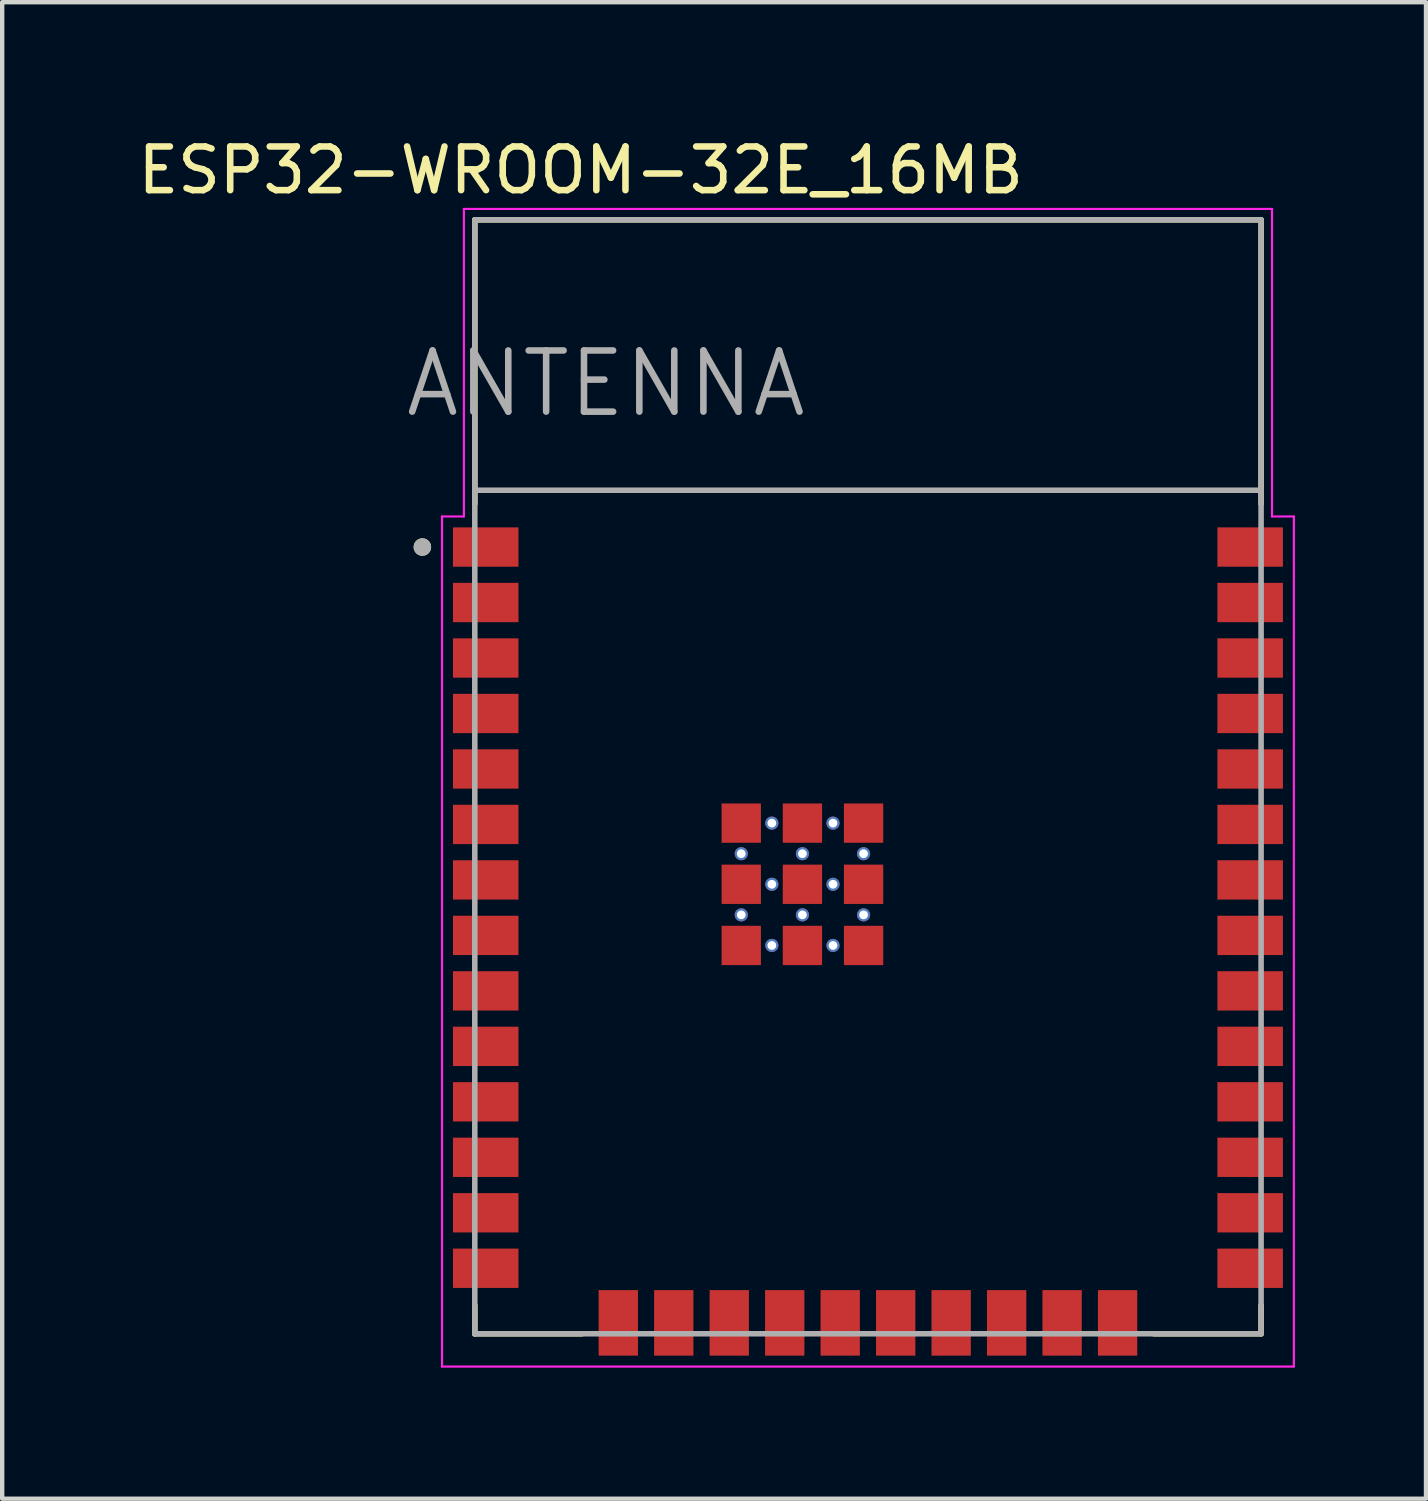
<source format=kicad_pcb>
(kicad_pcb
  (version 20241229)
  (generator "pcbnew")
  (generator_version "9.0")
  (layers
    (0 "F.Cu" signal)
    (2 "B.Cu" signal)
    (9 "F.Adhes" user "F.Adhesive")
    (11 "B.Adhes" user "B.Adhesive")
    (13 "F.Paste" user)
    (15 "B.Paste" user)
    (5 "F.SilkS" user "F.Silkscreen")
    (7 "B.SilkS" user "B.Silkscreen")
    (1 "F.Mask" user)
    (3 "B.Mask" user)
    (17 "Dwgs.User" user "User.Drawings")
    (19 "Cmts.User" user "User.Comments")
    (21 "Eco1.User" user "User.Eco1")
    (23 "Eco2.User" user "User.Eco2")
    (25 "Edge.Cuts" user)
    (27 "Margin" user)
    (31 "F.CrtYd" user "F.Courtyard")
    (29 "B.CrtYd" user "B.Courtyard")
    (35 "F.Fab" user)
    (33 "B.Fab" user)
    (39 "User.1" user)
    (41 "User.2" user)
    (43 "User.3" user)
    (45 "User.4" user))
  (footprint "ESP32-WROOM-32E_16MB"
    (layer "F.Cu")
    (at 16.819 14.733)
    (property "Reference" "ESP32-WROOM-32E_16MB" (at -6.575 -13.885 0) (layer "F.SilkS") (effects (font (size 1 1) (thickness 0.15))))
    (attr smd)
    (fp_line (start -9 -12.75) (end 9 -12.75) (stroke (width 0.127) (type solid)) (layer "F.SilkS"))
    (fp_line (start -9 -6.25) (end -9 -12.75) (stroke (width 0.127) (type solid)) (layer "F.SilkS"))
    (fp_line (start -9 12.1) (end -9 12.75) (stroke (width 0.127) (type solid)) (layer "F.SilkS"))
    (fp_line (start -9 12.75) (end -6.55 12.75) (stroke (width 0.127) (type solid)) (layer "F.SilkS"))
    (fp_line (start 6.55 12.75) (end 9 12.75) (stroke (width 0.127) (type solid)) (layer "F.SilkS"))
    (fp_line (start 9 -12.75) (end 9 -6.25) (stroke (width 0.127) (type solid)) (layer "F.SilkS"))
    (fp_line (start 9 12.75) (end 9 12.1) (stroke (width 0.127) (type solid)) (layer "F.SilkS"))
    (fp_circle (center -10.2 -5.26) (end -10.1 -5.26) (stroke (width 0.2) (type solid)) (fill no) (layer "F.SilkS"))
    (fp_line (start -9.75 -5.96) (end -9.25 -5.96) (stroke (width 0.05) (type solid)) (layer "F.CrtYd"))
    (fp_line (start -9.75 13.5) (end -9.75 -5.96) (stroke (width 0.05) (type solid)) (layer "F.CrtYd"))
    (fp_line (start -9.25 -13) (end 9.25 -13) (stroke (width 0.05) (type solid)) (layer "F.CrtYd"))
    (fp_line (start -9.25 -5.96) (end -9.25 -13) (stroke (width 0.05) (type solid)) (layer "F.CrtYd"))
    (fp_line (start 9.25 -13) (end 9.25 -5.96) (stroke (width 0.05) (type solid)) (layer "F.CrtYd"))
    (fp_line (start 9.25 -5.96) (end 9.75 -5.96) (stroke (width 0.05) (type solid)) (layer "F.CrtYd"))
    (fp_line (start 9.75 -5.96) (end 9.75 13.5) (stroke (width 0.05) (type solid)) (layer "F.CrtYd"))
    (fp_line (start 9.75 13.5) (end -9.75 13.5) (stroke (width 0.05) (type solid)) (layer "F.CrtYd"))
    (fp_line (start -9 -12.75) (end -9 -6.56) (stroke (width 0.127) (type solid)) (layer "F.Fab"))
    (fp_line (start -9 -12.75) (end 9 -12.75) (stroke (width 0.127) (type solid)) (layer "F.Fab"))
    (fp_line (start -9 -6.56) (end 9 -6.56) (stroke (width 0.127) (type solid)) (layer "F.Fab"))
    (fp_line (start -9 12.75) (end -9 -6.56) (stroke (width 0.127) (type solid)) (layer "F.Fab"))
    (fp_line (start 9 -12.75) (end 9 -6.56) (stroke (width 0.127) (type solid)) (layer "F.Fab"))
    (fp_line (start 9 -6.56) (end 9 12.75) (stroke (width 0.127) (type solid)) (layer "F.Fab"))
    (fp_line (start 9 12.75) (end -9 12.75) (stroke (width 0.127) (type solid)) (layer "F.Fab"))
    (fp_circle (center -10.2 -5.26) (end -10.1 -5.26) (stroke (width 0.2) (type solid)) (fill no) (layer "F.Fab"))
    (fp_text user "ANTENNA" (at -6 -9 0) (layer "F.Fab") (effects (font (size 1.4 1.4) (thickness 0.15))))
    (pad "1" smd rect (at -8.75 -5.26) (size 1.5 0.9) (layers "F.Cu" "F.Mask" "F.Paste"))
    (pad "2" smd rect (at -8.75 -3.99) (size 1.5 0.9) (layers "F.Cu" "F.Mask" "F.Paste"))
    (pad "3" smd rect (at -8.75 -2.72) (size 1.5 0.9) (layers "F.Cu" "F.Mask" "F.Paste"))
    (pad "4" smd rect (at -8.75 -1.45) (size 1.5 0.9) (layers "F.Cu" "F.Mask" "F.Paste"))
    (pad "5" smd rect (at -8.75 -0.18) (size 1.5 0.9) (layers "F.Cu" "F.Mask" "F.Paste"))
    (pad "6" smd rect (at -8.75 1.09) (size 1.5 0.9) (layers "F.Cu" "F.Mask" "F.Paste"))
    (pad "7" smd rect (at -8.75 2.36) (size 1.5 0.9) (layers "F.Cu" "F.Mask" "F.Paste"))
    (pad "8" smd rect (at -8.75 3.63) (size 1.5 0.9) (layers "F.Cu" "F.Mask" "F.Paste"))
    (pad "9" smd rect (at -8.75 4.9) (size 1.5 0.9) (layers "F.Cu" "F.Mask" "F.Paste"))
    (pad "10" smd rect (at -8.75 6.17) (size 1.5 0.9) (layers "F.Cu" "F.Mask" "F.Paste"))
    (pad "11" smd rect (at -8.75 7.44) (size 1.5 0.9) (layers "F.Cu" "F.Mask" "F.Paste"))
    (pad "12" smd rect (at -8.75 8.71) (size 1.5 0.9) (layers "F.Cu" "F.Mask" "F.Paste"))
    (pad "13" smd rect (at -8.75 9.98) (size 1.5 0.9) (layers "F.Cu" "F.Mask" "F.Paste"))
    (pad "14" smd rect (at -8.75 11.25) (size 1.5 0.9) (layers "F.Cu" "F.Mask" "F.Paste"))
    (pad "15" smd rect (at -5.715 12.5) (size 0.9 1.5) (layers "F.Cu" "F.Mask" "F.Paste"))
    (pad "16" smd rect (at -4.445 12.5) (size 0.9 1.5) (layers "F.Cu" "F.Mask" "F.Paste"))
    (pad "17" smd rect (at -3.175 12.5) (size 0.9 1.5) (layers "F.Cu" "F.Mask" "F.Paste"))
    (pad "18" smd rect (at -1.905 12.5) (size 0.9 1.5) (layers "F.Cu" "F.Mask" "F.Paste"))
    (pad "19" smd rect (at -0.635 12.5) (size 0.9 1.5) (layers "F.Cu" "F.Mask" "F.Paste"))
    (pad "20" smd rect (at 0.635 12.5) (size 0.9 1.5) (layers "F.Cu" "F.Mask" "F.Paste"))
    (pad "21" smd rect (at 1.905 12.5) (size 0.9 1.5) (layers "F.Cu" "F.Mask" "F.Paste"))
    (pad "22" smd rect (at 3.175 12.5) (size 0.9 1.5) (layers "F.Cu" "F.Mask" "F.Paste"))
    (pad "23" smd rect (at 4.445 12.5) (size 0.9 1.5) (layers "F.Cu" "F.Mask" "F.Paste"))
    (pad "24" smd rect (at 5.715 12.5) (size 0.9 1.5) (layers "F.Cu" "F.Mask" "F.Paste"))
    (pad "25" smd rect (at 8.75 11.25) (size 1.5 0.9) (layers "F.Cu" "F.Mask" "F.Paste"))
    (pad "26" smd rect (at 8.75 9.98) (size 1.5 0.9) (layers "F.Cu" "F.Mask" "F.Paste"))
    (pad "27" smd rect (at 8.75 8.71) (size 1.5 0.9) (layers "F.Cu" "F.Mask" "F.Paste"))
    (pad "28" smd rect (at 8.75 7.44) (size 1.5 0.9) (layers "F.Cu" "F.Mask" "F.Paste"))
    (pad "29" smd rect (at 8.75 6.17) (size 1.5 0.9) (layers "F.Cu" "F.Mask" "F.Paste"))
    (pad "30" smd rect (at 8.75 4.9) (size 1.5 0.9) (layers "F.Cu" "F.Mask" "F.Paste"))
    (pad "31" smd rect (at 8.75 3.63) (size 1.5 0.9) (layers "F.Cu" "F.Mask" "F.Paste"))
    (pad "32" smd rect (at 8.75 2.36) (size 1.5 0.9) (layers "F.Cu" "F.Mask" "F.Paste"))
    (pad "33" smd rect (at 8.75 1.09) (size 1.5 0.9) (layers "F.Cu" "F.Mask" "F.Paste"))
    (pad "34" smd rect (at 8.75 -0.18) (size 1.5 0.9) (layers "F.Cu" "F.Mask" "F.Paste"))
    (pad "35" smd rect (at 8.75 -1.45) (size 1.5 0.9) (layers "F.Cu" "F.Mask" "F.Paste"))
    (pad "36" smd rect (at 8.75 -2.72) (size 1.5 0.9) (layers "F.Cu" "F.Mask" "F.Paste"))
    (pad "37" smd rect (at 8.75 -3.99) (size 1.5 0.9) (layers "F.Cu" "F.Mask" "F.Paste"))
    (pad "38" smd rect (at 8.75 -5.26) (size 1.5 0.9) (layers "F.Cu" "F.Mask" "F.Paste"))
    (pad "39_1" smd rect (at -2.9 1.06) (size 0.9 0.9) (layers "F.Cu" "F.Mask" "F.Paste"))
    (pad "39_2" smd rect (at -1.5 1.06) (size 0.9 0.9) (layers "F.Cu" "F.Mask" "F.Paste"))
    (pad "39_3" smd rect (at -0.1 1.06) (size 0.9 0.9) (layers "F.Cu" "F.Mask" "F.Paste"))
    (pad "39_4" smd rect (at -2.9 2.46) (size 0.9 0.9) (layers "F.Cu" "F.Mask" "F.Paste"))
    (pad "39_5" smd rect (at -1.5 2.46) (size 0.9 0.9) (layers "F.Cu" "F.Mask" "F.Paste"))
    (pad "39_6" smd rect (at -0.1 2.46) (size 0.9 0.9) (layers "F.Cu" "F.Mask" "F.Paste"))
    (pad "39_7" smd rect (at -2.9 3.86) (size 0.9 0.9) (layers "F.Cu" "F.Mask" "F.Paste"))
    (pad "39_8" smd rect (at -1.5 3.86) (size 0.9 0.9) (layers "F.Cu" "F.Mask" "F.Paste"))
    (pad "39_9" smd rect (at -0.1 3.86) (size 0.9 0.9) (layers "F.Cu" "F.Mask" "F.Paste"))
    (pad "39_10" thru_hole circle (at -2.2 1.06) (size 0.3 0.3) (drill 0.2) (layers "*.Cu"))
    (pad "39_11" thru_hole circle (at -0.8 1.06) (size 0.3 0.3) (drill 0.2) (layers "*.Cu"))
    (pad "39_12" thru_hole circle (at -2.9 1.76) (size 0.3 0.3) (drill 0.2) (layers "*.Cu"))
    (pad "39_13" thru_hole circle (at -1.5 1.76) (size 0.3 0.3) (drill 0.2) (layers "*.Cu"))
    (pad "39_14" thru_hole circle (at -0.1 1.76) (size 0.3 0.3) (drill 0.2) (layers "*.Cu"))
    (pad "39_15" thru_hole circle (at -2.2 2.46) (size 0.3 0.3) (drill 0.2) (layers "*.Cu"))
    (pad "39_16" thru_hole circle (at -0.8 2.46) (size 0.3 0.3) (drill 0.2) (layers "*.Cu"))
    (pad "39_17" thru_hole circle (at -2.9 3.16) (size 0.3 0.3) (drill 0.2) (layers "*.Cu"))
    (pad "39_18" thru_hole circle (at -1.5 3.16) (size 0.3 0.3) (drill 0.2) (layers "*.Cu"))
    (pad "39_19" thru_hole circle (at -0.1 3.16) (size 0.3 0.3) (drill 0.2) (layers "*.Cu"))
    (pad "39_20" thru_hole circle (at -2.2 3.86) (size 0.3 0.3) (drill 0.2) (layers "*.Cu"))
    (pad "39_21" thru_hole circle (at -0.8 3.86) (size 0.3 0.3) (drill 0.2) (layers "*.Cu"))
    (zone (net_name "") (layer "F.Cu") (hatch full 0.508) (connect_pads) (min_thickness 0.01) (filled_areas_thickness no) (keepout (tracks not_allowed) (vias not_allowed) (pads not_allowed) (copperpour not_allowed) (footprints allowed)) (placement (enabled no)) (fill) (polygon (pts (xy 7.819 1.983) (xy 25.819 1.983) (xy 25.819 8.173) (xy 7.819 8.173))))
    (zone (net_name "") (layers "F.Cu" "B.Cu") (hatch full 0.508) (connect_pads) (min_thickness 0.01) (filled_areas_thickness no) (keepout (tracks allowed) (vias not_allowed) (pads allowed) (copperpour allowed) (footprints allowed)) (placement (enabled no)) (fill) (polygon (pts (xy 7.819 1.983) (xy 25.819 1.983) (xy 25.819 8.173) (xy 7.819 8.173)))))
  (gr_rect
    (start -3 -3)
    (end 29.594 31.258)
    (stroke (width 0.1) (type default))
    (fill no)
    (layer "Edge.Cuts")))
</source>
